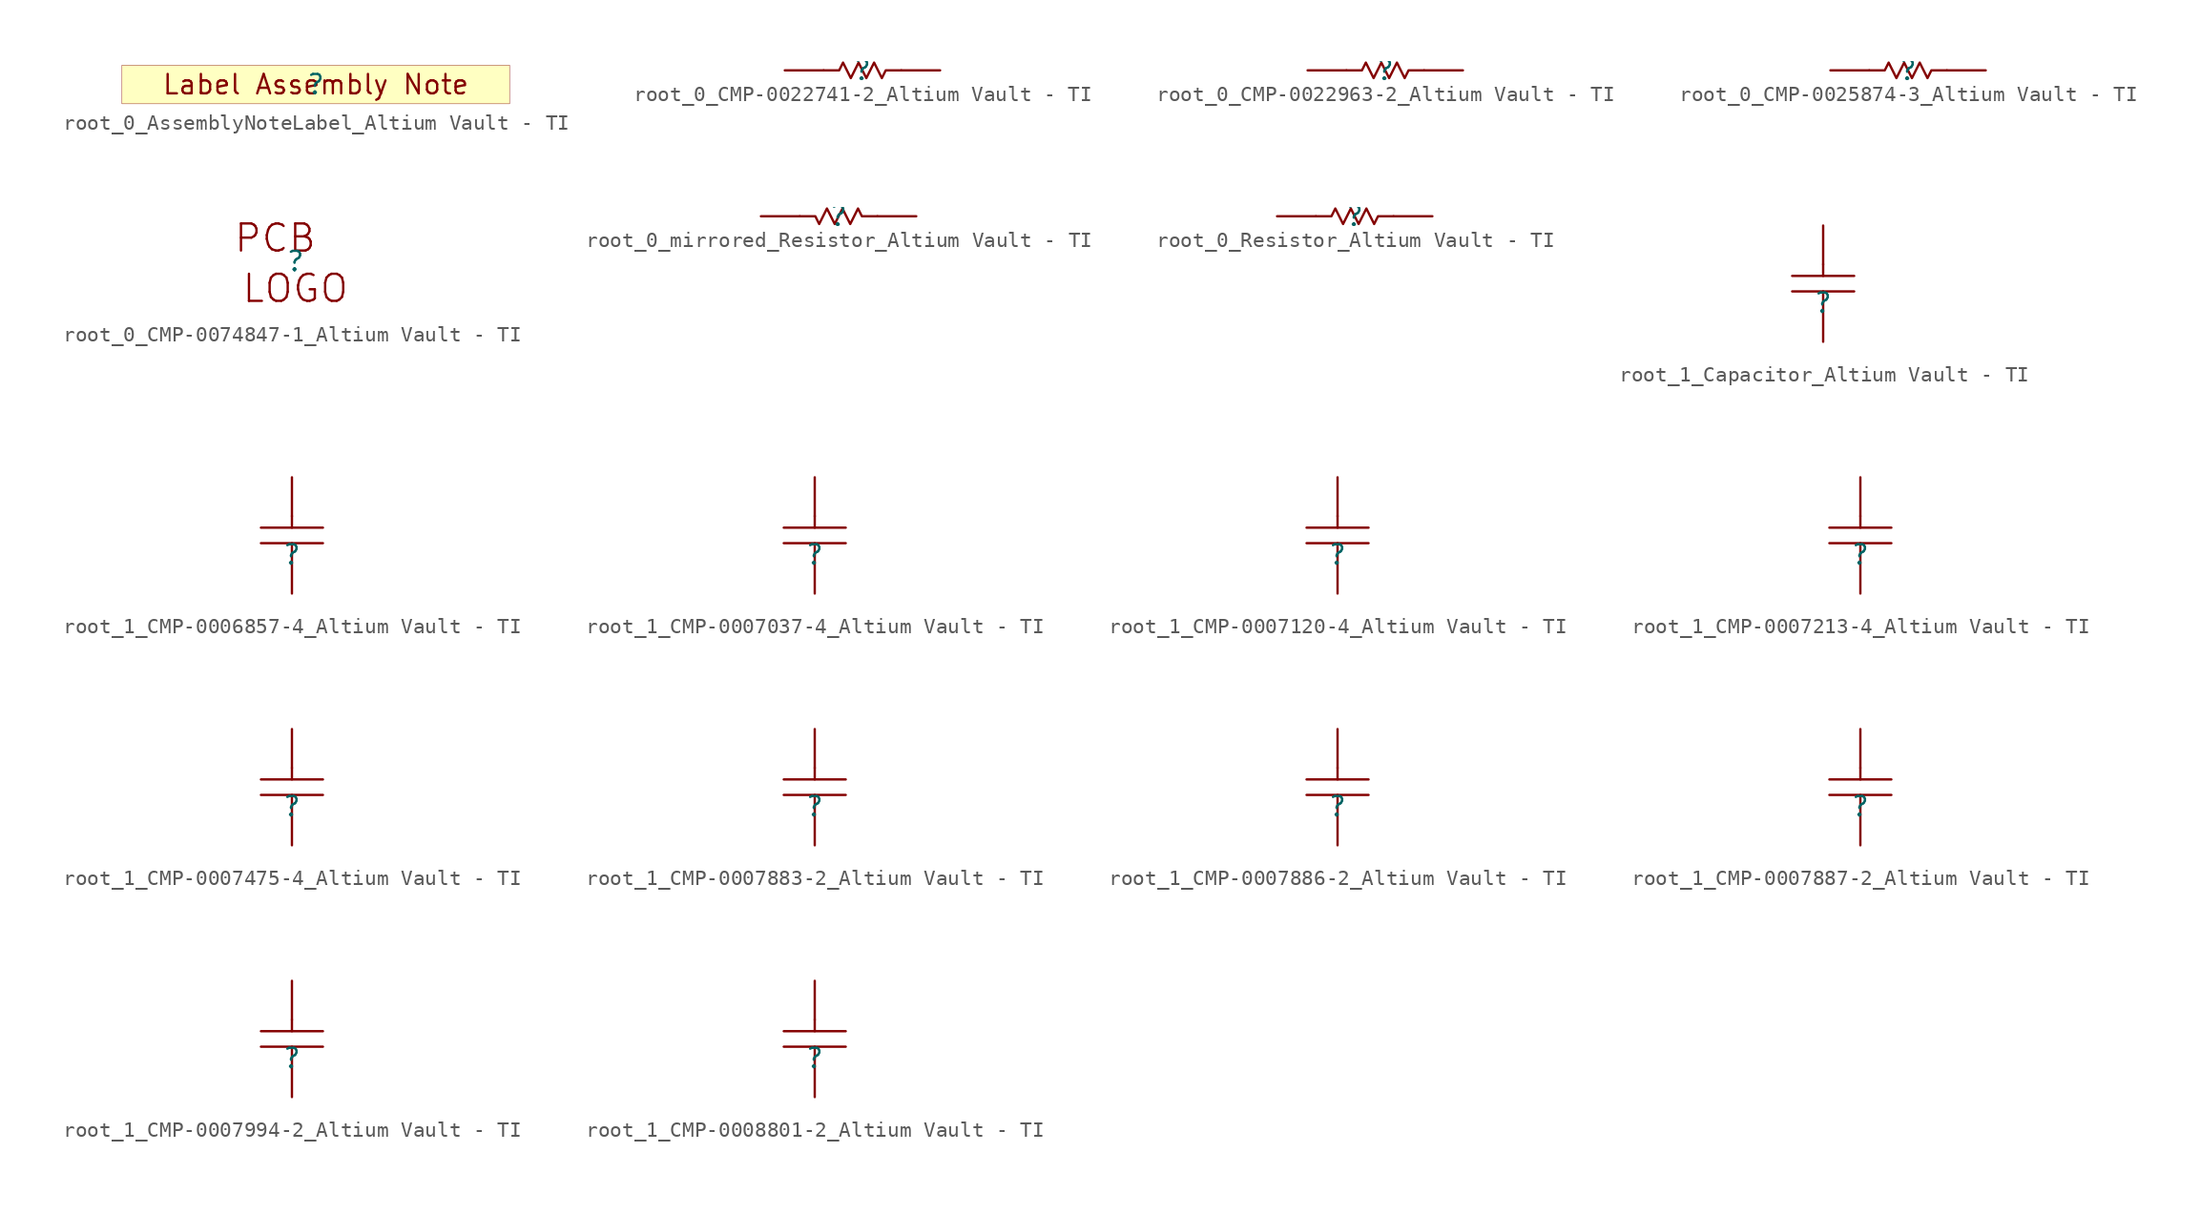
<source format=kicad_sym>
(kicad_symbol_lib
  (version 20241209)
  (generator "kicad_symbol_editor")
  (generator_version "9.0")
  (symbol "root_0_AssemblyNoteLabel_Altium Vault - TI"
    (pin_numbers
      (hide yes))
    (pin_names
      (hide yes))
    (property "Reference" ""
      (at 0 0 0)
      (effects (font (size 1.27 1.27))))
    (property "Value" ""
      (at 0 0 0)
      (effects (font (size 1.27 1.27))))
    (symbol "root_0_AssemblyNoteLabel_Altium Vault - TI_1_0"
      (rectangle (start 12.7 1.27) (end -12.7 -1.27) (stroke (width 0.025) (type solid) (color 128 0 0 1)) (fill (type background)))
      (text "Label Assembly Note" (at 0 0 0) (effects (font (size 1.27 1.27))))))
  (symbol "root_0_CMP-0022741-2_Altium Vault - TI"
    (pin_numbers
      (hide yes))
    (pin_names
      (hide yes))
    (property "Reference" ""
      (at 0 0 0)
      (effects (font (size 1.27 1.27))))
    (property "Value" ""
      (at 0 0 0)
      (effects (font (size 1.27 1.27))))
    (symbol "root_0_CMP-0022741-2_Altium Vault - TI_1_0"
      (polyline (pts (xy 2.54 0) (xy 1.524 0) (xy 1.27 -0.508) (xy 0.762 0.508) (xy 0.254 -0.508) (xy -0.254 0.508) (xy -0.762 -0.508) (xy -1.27 0.508) (xy -1.524 0) (xy -2.54 0)) (stroke (width 0) (type solid)) (fill (type none)))
      (pin passive line (at -5.08 0 0) (length 2.54) (name "1" (effects (font (size 1.27 1.27)))) (number "1" (effects (font (size 1.27 1.27)))))
      (pin passive line (at 5.08 0 180) (length 2.54) (name "2" (effects (font (size 1.27 1.27)))) (number "2" (effects (font (size 1.27 1.27)))))))
  (symbol "root_0_CMP-0022963-2_Altium Vault - TI"
    (pin_numbers
      (hide yes))
    (pin_names
      (hide yes))
    (property "Reference" ""
      (at 0 0 0)
      (effects (font (size 1.27 1.27))))
    (property "Value" ""
      (at 0 0 0)
      (effects (font (size 1.27 1.27))))
    (symbol "root_0_CMP-0022963-2_Altium Vault - TI_1_0"
      (polyline (pts (xy 2.54 0) (xy 1.524 0) (xy 1.27 -0.508) (xy 0.762 0.508) (xy 0.254 -0.508) (xy -0.254 0.508) (xy -0.762 -0.508) (xy -1.27 0.508) (xy -1.524 0) (xy -2.54 0)) (stroke (width 0) (type solid)) (fill (type none)))
      (pin passive line (at -5.08 0 0) (length 2.54) (name "1" (effects (font (size 1.27 1.27)))) (number "1" (effects (font (size 1.27 1.27)))))
      (pin passive line (at 5.08 0 180) (length 2.54) (name "2" (effects (font (size 1.27 1.27)))) (number "2" (effects (font (size 1.27 1.27)))))))
  (symbol "root_0_CMP-0025874-3_Altium Vault - TI"
    (pin_numbers
      (hide yes))
    (pin_names
      (hide yes))
    (property "Reference" ""
      (at 0 0 0)
      (effects (font (size 1.27 1.27))))
    (property "Value" ""
      (at 0 0 0)
      (effects (font (size 1.27 1.27))))
    (symbol "root_0_CMP-0025874-3_Altium Vault - TI_1_0"
      (polyline (pts (xy 2.54 0) (xy 1.524 0) (xy 1.27 -0.508) (xy 0.762 0.508) (xy 0.254 -0.508) (xy -0.254 0.508) (xy -0.762 -0.508) (xy -1.27 0.508) (xy -1.524 0) (xy -2.54 0)) (stroke (width 0) (type solid)) (fill (type none)))
      (pin passive line (at -5.08 0 0) (length 2.54) (name "1" (effects (font (size 1.27 1.27)))) (number "1" (effects (font (size 1.27 1.27)))))
      (pin passive line (at 5.08 0 180) (length 2.54) (name "2" (effects (font (size 1.27 1.27)))) (number "2" (effects (font (size 1.27 1.27)))))))
  (symbol "root_0_CMP-0074847-1_Altium Vault - TI"
    (pin_numbers
      (hide yes))
    (pin_names
      (hide yes))
    (property "Reference" ""
      (at 0 0 0)
      (effects (font (size 1.27 1.27))))
    (property "Value" ""
      (at 0 0 0)
      (effects (font (size 1.27 1.27))))
    (symbol "root_0_CMP-0074847-1_Altium Vault - TI_1_0"
      (text "PCB" (at -1.328 1.524 0) (effects (font (size 1.778 1.778))))
      (text "LOGO" (at 0 -1.778 0) (effects (font (size 1.778 1.778))))))
  (symbol "root_0_mirrored_Resistor_Altium Vault - TI"
    (pin_numbers
      (hide yes))
    (pin_names
      (hide yes))
    (property "Reference" ""
      (at 0 0 0)
      (effects (font (size 1.27 1.27))))
    (property "Value" ""
      (at 0 0 0)
      (effects (font (size 1.27 1.27))))
    (symbol "root_0_mirrored_Resistor_Altium Vault - TI_1_0"
      (polyline (pts (xy -2.54 0) (xy -1.524 0) (xy -1.27 -0.508) (xy -0.762 0.508) (xy -0.254 -0.508) (xy 0.254 0.508) (xy 0.762 -0.508) (xy 1.27 0.508) (xy 1.524 0) (xy 2.54 0)) (stroke (width 0) (type solid)) (fill (type none)))
      (pin passive line (at -5.08 0 0) (length 2.54) (name "2" (effects (font (size 1.27 1.27)))) (number "2" (effects (font (size 1.27 1.27)))))
      (pin passive line (at 5.08 0 180) (length 2.54) (name "1" (effects (font (size 1.27 1.27)))) (number "1" (effects (font (size 1.27 1.27)))))))
  (symbol "root_0_Resistor_Altium Vault - TI"
    (pin_numbers
      (hide yes))
    (pin_names
      (hide yes))
    (property "Reference" ""
      (at 0 0 0)
      (effects (font (size 1.27 1.27))))
    (property "Value" ""
      (at 0 0 0)
      (effects (font (size 1.27 1.27))))
    (symbol "root_0_Resistor_Altium Vault - TI_1_0"
      (polyline (pts (xy 2.54 0) (xy 1.524 0) (xy 1.27 -0.508) (xy 0.762 0.508) (xy 0.254 -0.508) (xy -0.254 0.508) (xy -0.762 -0.508) (xy -1.27 0.508) (xy -1.524 0) (xy -2.54 0)) (stroke (width 0) (type solid)) (fill (type none)))
      (pin passive line (at -5.08 0 0) (length 2.54) (name "1" (effects (font (size 1.27 1.27)))) (number "1" (effects (font (size 1.27 1.27)))))
      (pin passive line (at 5.08 0 180) (length 2.54) (name "2" (effects (font (size 1.27 1.27)))) (number "2" (effects (font (size 1.27 1.27)))))))
  (symbol "root_1_Capacitor_Altium Vault - TI"
    (pin_numbers
      (hide yes))
    (pin_names
      (hide yes))
    (property "Reference" ""
      (at 0 0 0)
      (effects (font (size 1.27 1.27))))
    (property "Value" ""
      (at 0 0 0)
      (effects (font (size 1.27 1.27))))
    (symbol "root_1_Capacitor_Altium Vault - TI_1_0"
      (polyline (pts (xy -2.032 1.778) (xy 2.032 1.778)) (stroke (width 0) (type solid)) (fill (type none)))
      (polyline (pts (xy -2.032 0.762) (xy 2.032 0.762)) (stroke (width 0) (type solid)) (fill (type none)))
      (polyline (pts (xy 0 2.54) (xy 0 1.778)) (stroke (width 0) (type solid)) (fill (type none)))
      (polyline (pts (xy 0 0) (xy 0 0.762)) (stroke (width 0) (type solid)) (fill (type none)))
      (pin passive line (at 0 5.08 270) (length 2.54) (name "1" (effects (font (size 1.27 1.27)))) (number "1" (effects (font (size 1.27 1.27)))))
      (pin passive line (at 0 -2.54 90) (length 2.54) (name "2" (effects (font (size 1.27 1.27)))) (number "2" (effects (font (size 1.27 1.27)))))))
  (symbol "root_1_CMP-0006857-4_Altium Vault - TI"
    (pin_numbers
      (hide yes))
    (pin_names
      (hide yes))
    (property "Reference" ""
      (at 0 0 0)
      (effects (font (size 1.27 1.27))))
    (property "Value" ""
      (at 0 0 0)
      (effects (font (size 1.27 1.27))))
    (symbol "root_1_CMP-0006857-4_Altium Vault - TI_1_0"
      (polyline (pts (xy -2.032 1.778) (xy 2.032 1.778)) (stroke (width 0) (type solid)) (fill (type none)))
      (polyline (pts (xy -2.032 0.762) (xy 2.032 0.762)) (stroke (width 0) (type solid)) (fill (type none)))
      (polyline (pts (xy 0 2.54) (xy 0 1.778)) (stroke (width 0) (type solid)) (fill (type none)))
      (polyline (pts (xy 0 0) (xy 0 0.762)) (stroke (width 0) (type solid)) (fill (type none)))
      (pin passive line (at 0 5.08 270) (length 2.54) (name "1" (effects (font (size 1.27 1.27)))) (number "1" (effects (font (size 1.27 1.27)))))
      (pin passive line (at 0 -2.54 90) (length 2.54) (name "2" (effects (font (size 1.27 1.27)))) (number "2" (effects (font (size 1.27 1.27)))))))
  (symbol "root_1_CMP-0007037-4_Altium Vault - TI"
    (pin_numbers
      (hide yes))
    (pin_names
      (hide yes))
    (property "Reference" ""
      (at 0 0 0)
      (effects (font (size 1.27 1.27))))
    (property "Value" ""
      (at 0 0 0)
      (effects (font (size 1.27 1.27))))
    (symbol "root_1_CMP-0007037-4_Altium Vault - TI_1_0"
      (polyline (pts (xy -2.032 1.778) (xy 2.032 1.778)) (stroke (width 0) (type solid)) (fill (type none)))
      (polyline (pts (xy -2.032 0.762) (xy 2.032 0.762)) (stroke (width 0) (type solid)) (fill (type none)))
      (polyline (pts (xy 0 2.54) (xy 0 1.778)) (stroke (width 0) (type solid)) (fill (type none)))
      (polyline (pts (xy 0 0) (xy 0 0.762)) (stroke (width 0) (type solid)) (fill (type none)))
      (pin passive line (at 0 5.08 270) (length 2.54) (name "1" (effects (font (size 1.27 1.27)))) (number "1" (effects (font (size 1.27 1.27)))))
      (pin passive line (at 0 -2.54 90) (length 2.54) (name "2" (effects (font (size 1.27 1.27)))) (number "2" (effects (font (size 1.27 1.27)))))))
  (symbol "root_1_CMP-0007120-4_Altium Vault - TI"
    (pin_numbers
      (hide yes))
    (pin_names
      (hide yes))
    (property "Reference" ""
      (at 0 0 0)
      (effects (font (size 1.27 1.27))))
    (property "Value" ""
      (at 0 0 0)
      (effects (font (size 1.27 1.27))))
    (symbol "root_1_CMP-0007120-4_Altium Vault - TI_1_0"
      (polyline (pts (xy -2.032 1.778) (xy 2.032 1.778)) (stroke (width 0) (type solid)) (fill (type none)))
      (polyline (pts (xy -2.032 0.762) (xy 2.032 0.762)) (stroke (width 0) (type solid)) (fill (type none)))
      (polyline (pts (xy 0 2.54) (xy 0 1.778)) (stroke (width 0) (type solid)) (fill (type none)))
      (polyline (pts (xy 0 0) (xy 0 0.762)) (stroke (width 0) (type solid)) (fill (type none)))
      (pin passive line (at 0 5.08 270) (length 2.54) (name "1" (effects (font (size 1.27 1.27)))) (number "1" (effects (font (size 1.27 1.27)))))
      (pin passive line (at 0 -2.54 90) (length 2.54) (name "2" (effects (font (size 1.27 1.27)))) (number "2" (effects (font (size 1.27 1.27)))))))
  (symbol "root_1_CMP-0007213-4_Altium Vault - TI"
    (pin_numbers
      (hide yes))
    (pin_names
      (hide yes))
    (property "Reference" ""
      (at 0 0 0)
      (effects (font (size 1.27 1.27))))
    (property "Value" ""
      (at 0 0 0)
      (effects (font (size 1.27 1.27))))
    (symbol "root_1_CMP-0007213-4_Altium Vault - TI_1_0"
      (polyline (pts (xy -2.032 1.778) (xy 2.032 1.778)) (stroke (width 0) (type solid)) (fill (type none)))
      (polyline (pts (xy -2.032 0.762) (xy 2.032 0.762)) (stroke (width 0) (type solid)) (fill (type none)))
      (polyline (pts (xy 0 2.54) (xy 0 1.778)) (stroke (width 0) (type solid)) (fill (type none)))
      (polyline (pts (xy 0 0) (xy 0 0.762)) (stroke (width 0) (type solid)) (fill (type none)))
      (pin passive line (at 0 5.08 270) (length 2.54) (name "1" (effects (font (size 1.27 1.27)))) (number "1" (effects (font (size 1.27 1.27)))))
      (pin passive line (at 0 -2.54 90) (length 2.54) (name "2" (effects (font (size 1.27 1.27)))) (number "2" (effects (font (size 1.27 1.27)))))))
  (symbol "root_1_CMP-0007475-4_Altium Vault - TI"
    (pin_numbers
      (hide yes))
    (pin_names
      (hide yes))
    (property "Reference" ""
      (at 0 0 0)
      (effects (font (size 1.27 1.27))))
    (property "Value" ""
      (at 0 0 0)
      (effects (font (size 1.27 1.27))))
    (symbol "root_1_CMP-0007475-4_Altium Vault - TI_1_0"
      (polyline (pts (xy -2.032 1.778) (xy 2.032 1.778)) (stroke (width 0) (type solid)) (fill (type none)))
      (polyline (pts (xy -2.032 0.762) (xy 2.032 0.762)) (stroke (width 0) (type solid)) (fill (type none)))
      (polyline (pts (xy 0 2.54) (xy 0 1.778)) (stroke (width 0) (type solid)) (fill (type none)))
      (polyline (pts (xy 0 0) (xy 0 0.762)) (stroke (width 0) (type solid)) (fill (type none)))
      (pin passive line (at 0 5.08 270) (length 2.54) (name "1" (effects (font (size 1.27 1.27)))) (number "1" (effects (font (size 1.27 1.27)))))
      (pin passive line (at 0 -2.54 90) (length 2.54) (name "2" (effects (font (size 1.27 1.27)))) (number "2" (effects (font (size 1.27 1.27)))))))
  (symbol "root_1_CMP-0007883-2_Altium Vault - TI"
    (pin_numbers
      (hide yes))
    (pin_names
      (hide yes))
    (property "Reference" ""
      (at 0 0 0)
      (effects (font (size 1.27 1.27))))
    (property "Value" ""
      (at 0 0 0)
      (effects (font (size 1.27 1.27))))
    (symbol "root_1_CMP-0007883-2_Altium Vault - TI_1_0"
      (polyline (pts (xy -2.032 1.778) (xy 2.032 1.778)) (stroke (width 0) (type solid)) (fill (type none)))
      (polyline (pts (xy -2.032 0.762) (xy 2.032 0.762)) (stroke (width 0) (type solid)) (fill (type none)))
      (polyline (pts (xy 0 2.54) (xy 0 1.778)) (stroke (width 0) (type solid)) (fill (type none)))
      (polyline (pts (xy 0 0) (xy 0 0.762)) (stroke (width 0) (type solid)) (fill (type none)))
      (pin passive line (at 0 5.08 270) (length 2.54) (name "1" (effects (font (size 1.27 1.27)))) (number "1" (effects (font (size 1.27 1.27)))))
      (pin passive line (at 0 -2.54 90) (length 2.54) (name "2" (effects (font (size 1.27 1.27)))) (number "2" (effects (font (size 1.27 1.27)))))))
  (symbol "root_1_CMP-0007886-2_Altium Vault - TI"
    (pin_numbers
      (hide yes))
    (pin_names
      (hide yes))
    (property "Reference" ""
      (at 0 0 0)
      (effects (font (size 1.27 1.27))))
    (property "Value" ""
      (at 0 0 0)
      (effects (font (size 1.27 1.27))))
    (symbol "root_1_CMP-0007886-2_Altium Vault - TI_1_0"
      (polyline (pts (xy -2.032 1.778) (xy 2.032 1.778)) (stroke (width 0) (type solid)) (fill (type none)))
      (polyline (pts (xy -2.032 0.762) (xy 2.032 0.762)) (stroke (width 0) (type solid)) (fill (type none)))
      (polyline (pts (xy 0 2.54) (xy 0 1.778)) (stroke (width 0) (type solid)) (fill (type none)))
      (polyline (pts (xy 0 0) (xy 0 0.762)) (stroke (width 0) (type solid)) (fill (type none)))
      (pin passive line (at 0 5.08 270) (length 2.54) (name "1" (effects (font (size 1.27 1.27)))) (number "1" (effects (font (size 1.27 1.27)))))
      (pin passive line (at 0 -2.54 90) (length 2.54) (name "2" (effects (font (size 1.27 1.27)))) (number "2" (effects (font (size 1.27 1.27)))))))
  (symbol "root_1_CMP-0007887-2_Altium Vault - TI"
    (pin_numbers
      (hide yes))
    (pin_names
      (hide yes))
    (property "Reference" ""
      (at 0 0 0)
      (effects (font (size 1.27 1.27))))
    (property "Value" ""
      (at 0 0 0)
      (effects (font (size 1.27 1.27))))
    (symbol "root_1_CMP-0007887-2_Altium Vault - TI_1_0"
      (polyline (pts (xy -2.032 1.778) (xy 2.032 1.778)) (stroke (width 0) (type solid)) (fill (type none)))
      (polyline (pts (xy -2.032 0.762) (xy 2.032 0.762)) (stroke (width 0) (type solid)) (fill (type none)))
      (polyline (pts (xy 0 2.54) (xy 0 1.778)) (stroke (width 0) (type solid)) (fill (type none)))
      (polyline (pts (xy 0 0) (xy 0 0.762)) (stroke (width 0) (type solid)) (fill (type none)))
      (pin passive line (at 0 5.08 270) (length 2.54) (name "1" (effects (font (size 1.27 1.27)))) (number "1" (effects (font (size 1.27 1.27)))))
      (pin passive line (at 0 -2.54 90) (length 2.54) (name "2" (effects (font (size 1.27 1.27)))) (number "2" (effects (font (size 1.27 1.27)))))))
  (symbol "root_1_CMP-0007994-2_Altium Vault - TI"
    (pin_numbers
      (hide yes))
    (pin_names
      (hide yes))
    (property "Reference" ""
      (at 0 0 0)
      (effects (font (size 1.27 1.27))))
    (property "Value" ""
      (at 0 0 0)
      (effects (font (size 1.27 1.27))))
    (symbol "root_1_CMP-0007994-2_Altium Vault - TI_1_0"
      (polyline (pts (xy -2.032 1.778) (xy 2.032 1.778)) (stroke (width 0) (type solid)) (fill (type none)))
      (polyline (pts (xy -2.032 0.762) (xy 2.032 0.762)) (stroke (width 0) (type solid)) (fill (type none)))
      (polyline (pts (xy 0 2.54) (xy 0 1.778)) (stroke (width 0) (type solid)) (fill (type none)))
      (polyline (pts (xy 0 0) (xy 0 0.762)) (stroke (width 0) (type solid)) (fill (type none)))
      (pin passive line (at 0 5.08 270) (length 2.54) (name "1" (effects (font (size 1.27 1.27)))) (number "1" (effects (font (size 1.27 1.27)))))
      (pin passive line (at 0 -2.54 90) (length 2.54) (name "2" (effects (font (size 1.27 1.27)))) (number "2" (effects (font (size 1.27 1.27)))))))
  (symbol "root_1_CMP-0008801-2_Altium Vault - TI"
    (pin_numbers
      (hide yes))
    (pin_names
      (hide yes))
    (property "Reference" ""
      (at 0 0 0)
      (effects (font (size 1.27 1.27))))
    (property "Value" ""
      (at 0 0 0)
      (effects (font (size 1.27 1.27))))
    (symbol "root_1_CMP-0008801-2_Altium Vault - TI_1_0"
      (polyline (pts (xy -2.032 1.778) (xy 2.032 1.778)) (stroke (width 0) (type solid)) (fill (type none)))
      (polyline (pts (xy -2.032 0.762) (xy 2.032 0.762)) (stroke (width 0) (type solid)) (fill (type none)))
      (polyline (pts (xy 0 2.54) (xy 0 1.778)) (stroke (width 0) (type solid)) (fill (type none)))
      (polyline (pts (xy 0 0) (xy 0 0.762)) (stroke (width 0) (type solid)) (fill (type none)))
      (pin passive line (at 0 5.08 270) (length 2.54) (name "1" (effects (font (size 1.27 1.27)))) (number "1" (effects (font (size 1.27 1.27)))))
      (pin passive line (at 0 -2.54 90) (length 2.54) (name "2" (effects (font (size 1.27 1.27)))) (number "2" (effects (font (size 1.27 1.27))))))))
</source>
